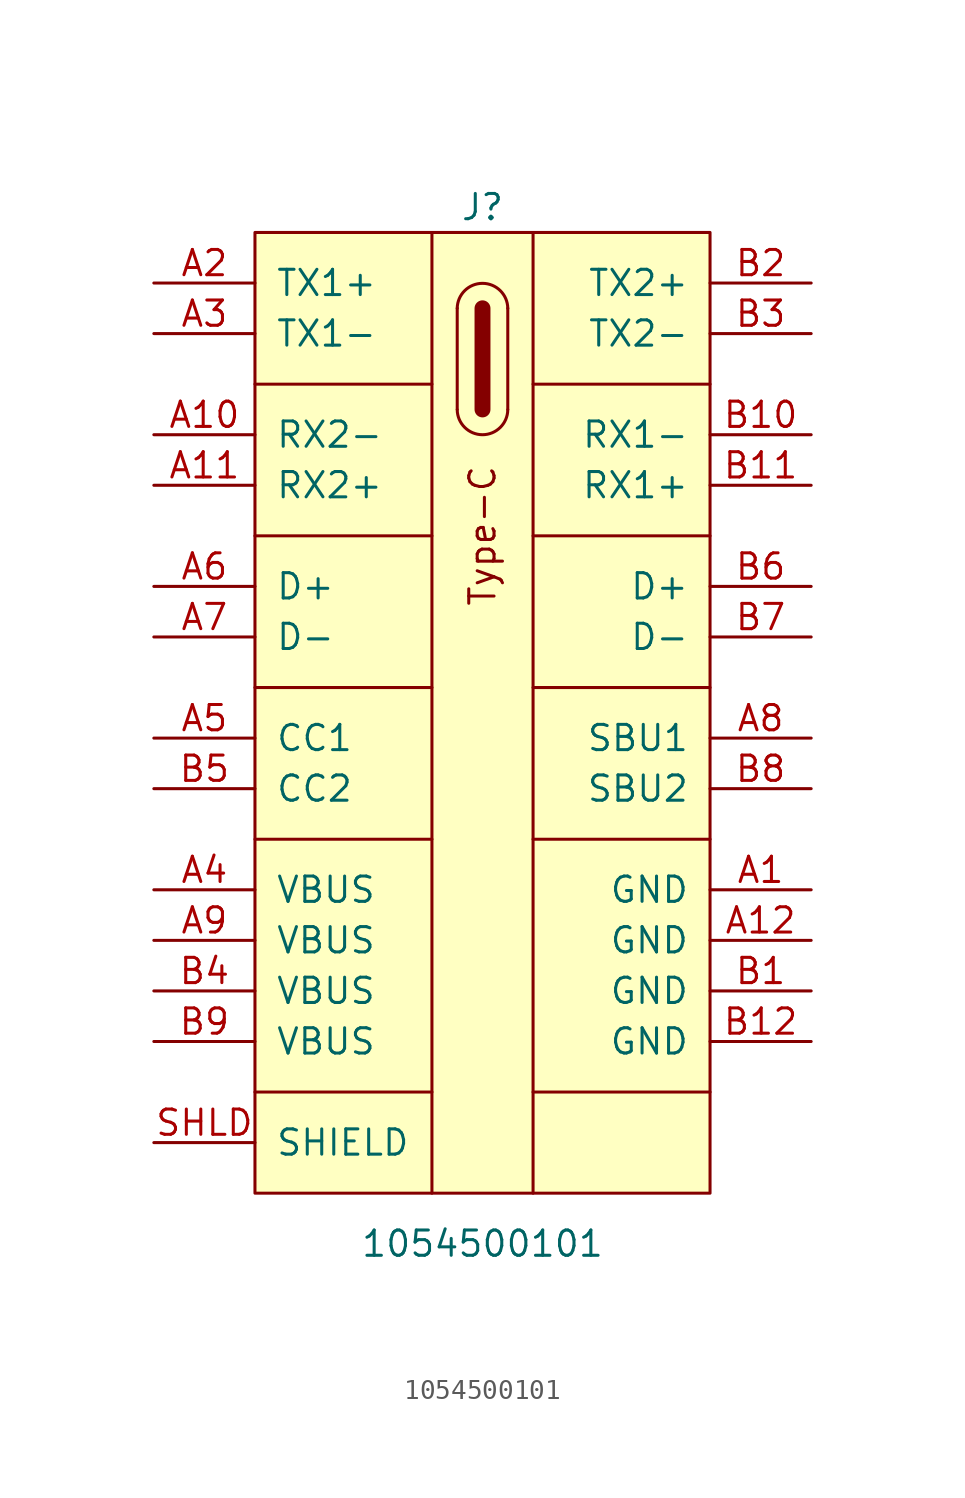
<source format=kicad_sym>
(kicad_symbol_lib
  (version 20220914)
  (generator kicad_symbol_editor)
  (symbol "1054500101"
    (pin_names
      (offset 1.016))
    (property "Reference" "J"
      (at 0 0 0)
      (effects (font (size 1.27 1.27))))
    (property "Value" "1054500101"
      (at 0 -52.07 0)
      (effects (font (size 1.27 1.27))))
    (symbol "1054500101_0_1"
      (rectangle (start -11.43 -1.27) (end 11.43 -49.53) (stroke (width 0) (type solid)) (fill (type background)))
      (arc (start -1.27 -10.1759) (mid 0 -11.4301) (end 1.27 -10.1759) (stroke (width 0) (type default)) (fill (type none)))
      (polyline (pts (xy -11.43 -44.45) (xy -2.54 -44.45)) (stroke (width 0) (type solid)) (fill (type none)))
      (polyline (pts (xy -11.43 -31.75) (xy -2.54 -31.75)) (stroke (width 0) (type solid)) (fill (type none)))
      (polyline (pts (xy -11.43 -24.13) (xy -2.54 -24.13)) (stroke (width 0) (type solid)) (fill (type none)))
      (polyline (pts (xy -11.43 -16.51) (xy -2.54 -16.51)) (stroke (width 0) (type solid)) (fill (type none)))
      (polyline (pts (xy -11.43 -8.89) (xy -2.54 -8.89)) (stroke (width 0) (type solid)) (fill (type none)))
      (polyline (pts (xy -2.54 -1.27) (xy -2.54 -49.53)) (stroke (width 0) (type solid)) (fill (type none)))
      (polyline (pts (xy 2.54 -44.45) (xy 11.43 -44.45)) (stroke (width 0) (type solid)) (fill (type none)))
      (polyline (pts (xy 2.54 -31.75) (xy 11.43 -31.75)) (stroke (width 0) (type solid)) (fill (type none)))
      (polyline (pts (xy 2.54 -24.13) (xy 11.43 -24.13)) (stroke (width 0) (type solid)) (fill (type none)))
      (polyline (pts (xy 2.54 -16.51) (xy 11.43 -16.51)) (stroke (width 0) (type solid)) (fill (type none)))
      (polyline (pts (xy 2.54 -8.89) (xy 11.43 -8.89)) (stroke (width 0) (type solid)) (fill (type none)))
      (polyline (pts (xy 2.54 -1.27) (xy 2.54 -49.53)) (stroke (width 0) (type solid)) (fill (type none)))
      (arc (start 1.27 -5.08) (mid 0 -3.8258) (end -1.27 -5.08) (stroke (width 0) (type default)) (fill (type none))))
    (symbol "1054500101_1_1"
      (polyline (pts (xy -1.27 -5.08) (xy -1.27 -10.16)) (stroke (width 0) (type default)) (fill (type none)))
      (polyline (pts (xy 0 -5.08) (xy 0 -10.16)) (stroke (width 0.8) (type default)) (fill (type none)))
      (polyline (pts (xy 1.27 -10.16) (xy 1.27 -5.08)) (stroke (width 0) (type default)) (fill (type none)))
      (text "Type-C" (at 0 -16.51 900) (effects (font (size 1.27 1.27))))
      (pin power_in line (at 16.51 -34.29 180) (length 5.08) (name "GND" (effects (font (size 1.27 1.27)))) (number "A1" (effects (font (size 1.27 1.27)))))
      (pin input line (at -16.51 -11.43 0) (length 5.08) (name "RX2-" (effects (font (size 1.27 1.27)))) (number "A10" (effects (font (size 1.27 1.27)))))
      (pin input line (at -16.51 -13.97 0) (length 5.08) (name "RX2+" (effects (font (size 1.27 1.27)))) (number "A11" (effects (font (size 1.27 1.27)))))
      (pin power_in line (at 16.51 -36.83 180) (length 5.08) (name "GND" (effects (font (size 1.27 1.27)))) (number "A12" (effects (font (size 1.27 1.27)))))
      (pin output line (at -16.51 -3.81 0) (length 5.08) (name "TX1+" (effects (font (size 1.27 1.27)))) (number "A2" (effects (font (size 1.27 1.27)))))
      (pin output line (at -16.51 -6.35 0) (length 5.08) (name "TX1-" (effects (font (size 1.27 1.27)))) (number "A3" (effects (font (size 1.27 1.27)))))
      (pin power_in line (at -16.51 -34.29 0) (length 5.08) (name "VBUS" (effects (font (size 1.27 1.27)))) (number "A4" (effects (font (size 1.27 1.27)))))
      (pin passive line (at -16.51 -26.67 0) (length 5.08) (name "CC1" (effects (font (size 1.27 1.27)))) (number "A5" (effects (font (size 1.27 1.27)))))
      (pin bidirectional line (at -16.51 -19.05 0) (length 5.08) (name "D+" (effects (font (size 1.27 1.27)))) (number "A6" (effects (font (size 1.27 1.27)))))
      (pin bidirectional line (at -16.51 -21.59 0) (length 5.08) (name "D-" (effects (font (size 1.27 1.27)))) (number "A7" (effects (font (size 1.27 1.27)))))
      (pin passive line (at 16.51 -26.67 180) (length 5.08) (name "SBU1" (effects (font (size 1.27 1.27)))) (number "A8" (effects (font (size 1.27 1.27)))))
      (pin power_in line (at -16.51 -36.83 0) (length 5.08) (name "VBUS" (effects (font (size 1.27 1.27)))) (number "A9" (effects (font (size 1.27 1.27)))))
      (pin power_in line (at 16.51 -39.37 180) (length 5.08) (name "GND" (effects (font (size 1.27 1.27)))) (number "B1" (effects (font (size 1.27 1.27)))))
      (pin input line (at 16.51 -11.43 180) (length 5.08) (name "RX1-" (effects (font (size 1.27 1.27)))) (number "B10" (effects (font (size 1.27 1.27)))))
      (pin input line (at 16.51 -13.97 180) (length 5.08) (name "RX1+" (effects (font (size 1.27 1.27)))) (number "B11" (effects (font (size 1.27 1.27)))))
      (pin power_in line (at 16.51 -41.91 180) (length 5.08) (name "GND" (effects (font (size 1.27 1.27)))) (number "B12" (effects (font (size 1.27 1.27)))))
      (pin output line (at 16.51 -3.81 180) (length 5.08) (name "TX2+" (effects (font (size 1.27 1.27)))) (number "B2" (effects (font (size 1.27 1.27)))))
      (pin output line (at 16.51 -6.35 180) (length 5.08) (name "TX2-" (effects (font (size 1.27 1.27)))) (number "B3" (effects (font (size 1.27 1.27)))))
      (pin power_in line (at -16.51 -39.37 0) (length 5.08) (name "VBUS" (effects (font (size 1.27 1.27)))) (number "B4" (effects (font (size 1.27 1.27)))))
      (pin passive line (at -16.51 -29.21 0) (length 5.08) (name "CC2" (effects (font (size 1.27 1.27)))) (number "B5" (effects (font (size 1.27 1.27)))))
      (pin bidirectional line (at 16.51 -19.05 180) (length 5.08) (name "D+" (effects (font (size 1.27 1.27)))) (number "B6" (effects (font (size 1.27 1.27)))))
      (pin bidirectional line (at 16.51 -21.59 180) (length 5.08) (name "D-" (effects (font (size 1.27 1.27)))) (number "B7" (effects (font (size 1.27 1.27)))))
      (pin passive line (at 16.51 -29.21 180) (length 5.08) (name "SBU2" (effects (font (size 1.27 1.27)))) (number "B8" (effects (font (size 1.27 1.27)))))
      (pin power_in line (at -16.51 -41.91 0) (length 5.08) (name "VBUS" (effects (font (size 1.27 1.27)))) (number "B9" (effects (font (size 1.27 1.27)))))
      (pin passive line (at -16.51 -46.99 0) (length 5.08) (name "SHIELD" (effects (font (size 1.27 1.27)))) (number "SHLD" (effects (font (size 1.27 1.27))))))))
</source>
